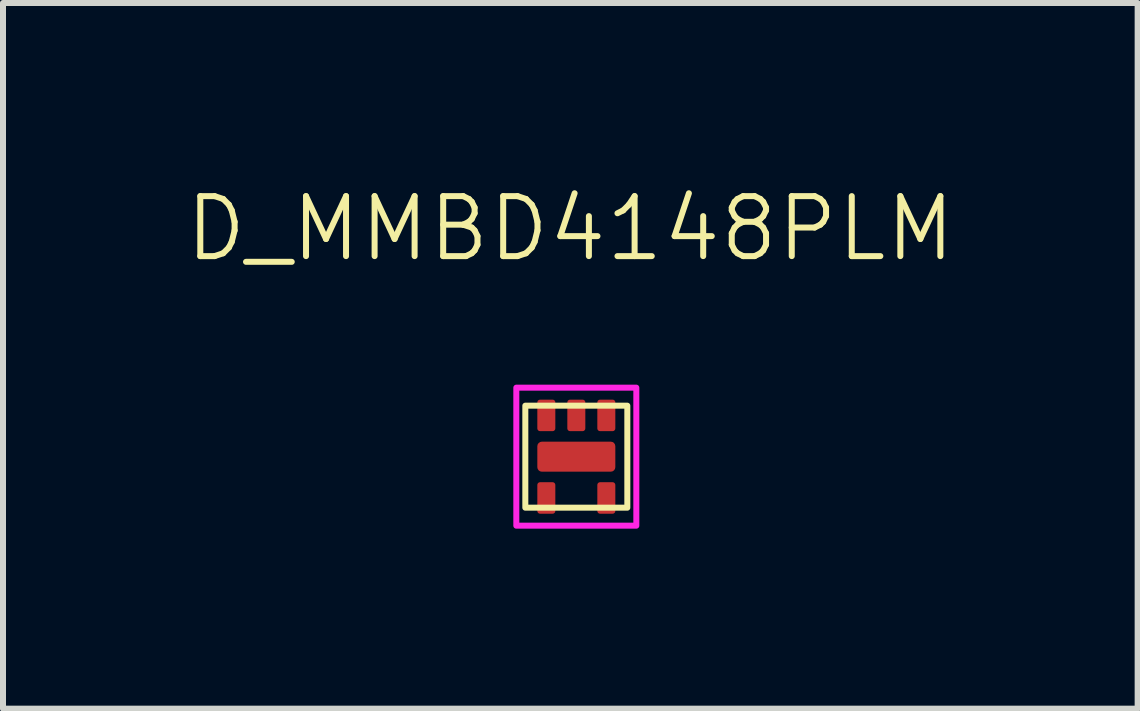
<source format=kicad_pcb>
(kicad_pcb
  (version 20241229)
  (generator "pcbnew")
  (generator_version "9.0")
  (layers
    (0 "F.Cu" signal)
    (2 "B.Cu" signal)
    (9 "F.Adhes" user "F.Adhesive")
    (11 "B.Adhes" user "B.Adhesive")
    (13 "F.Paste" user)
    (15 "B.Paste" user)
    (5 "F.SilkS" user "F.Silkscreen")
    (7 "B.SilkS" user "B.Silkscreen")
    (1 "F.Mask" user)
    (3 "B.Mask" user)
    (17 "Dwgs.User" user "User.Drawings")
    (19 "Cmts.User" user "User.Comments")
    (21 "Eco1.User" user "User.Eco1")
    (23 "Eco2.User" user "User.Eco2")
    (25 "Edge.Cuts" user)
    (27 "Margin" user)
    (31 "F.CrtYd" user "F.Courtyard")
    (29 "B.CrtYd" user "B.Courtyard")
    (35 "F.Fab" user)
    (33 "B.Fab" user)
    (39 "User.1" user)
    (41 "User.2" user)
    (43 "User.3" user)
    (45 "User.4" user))
  (footprint "D_MMBD4148PLM"
    (layer "F.Cu")
    (at 6.555 4.561)
    (property "Reference" "D_MMBD4148PLM" (at -0.1 -3.8 0) (unlocked yes) (layer "F.SilkS") (effects (font (size 1 1) (thickness 0.1))))
    (attr smd)
    (fp_rect (start -0.85 -0.85) (end 0.85 0.85) (stroke (width 0.1) (type default)) (fill no) (layer "F.SilkS"))
    (fp_rect (start -1 -1.15) (end 1 1.15) (stroke (width 0.1) (type solid)) (fill no) (layer "F.CrtYd"))
    (pad "1" smd roundrect (at -0.5 -0.688 180) (size 0.3 0.525) (layers "F.Cu" "F.Mask" "F.Paste") (roundrect_rratio 0.15))
    (pad "2" smd roundrect (at 0 -0.688 180) (size 0.3 0.525) (layers "F.Cu" "F.Mask" "F.Paste") (roundrect_rratio 0.15))
    (pad "3" smd roundrect (at 0.5 -0.688 180) (size 0.3 0.525) (layers "F.Cu" "F.Mask" "F.Paste") (roundrect_rratio 0.15))
    (pad "4" smd roundrect (at -0.5 0.688 180) (size 0.3 0.525) (layers "F.Cu" "F.Mask" "F.Paste") (roundrect_rratio 0.15))
    (pad "5" smd roundrect (at 0.5 0.688 180) (size 0.3 0.525) (layers "F.Cu" "F.Mask" "F.Paste") (roundrect_rratio 0.15))
    (pad "6" smd roundrect (at 0 0 180) (size 1.3 0.5) (layers "F.Cu" "F.Mask" "F.Paste") (roundrect_rratio 0.15))
    (zone (net_name "") (layer "F.SilkS") (hatch edge 0.5) (connect_pads) (min_thickness 0.25) (filled_areas_thickness no) (keepout (tracks allowed) (vias allowed) (pads not_allowed) (copperpour allowed) (footprints not_allowed)) (placement (enabled no)) (fill) (polygon (pts (xy 5.555 3.41) (xy 7.555 3.41) (xy 7.555 5.71) (xy 5.555 5.71)))))
  (gr_rect
    (start -3 -3)
    (end 15.91 8.761)
    (stroke (width 0.1) (type default))
    (fill no)
    (layer "Edge.Cuts")))
</source>
